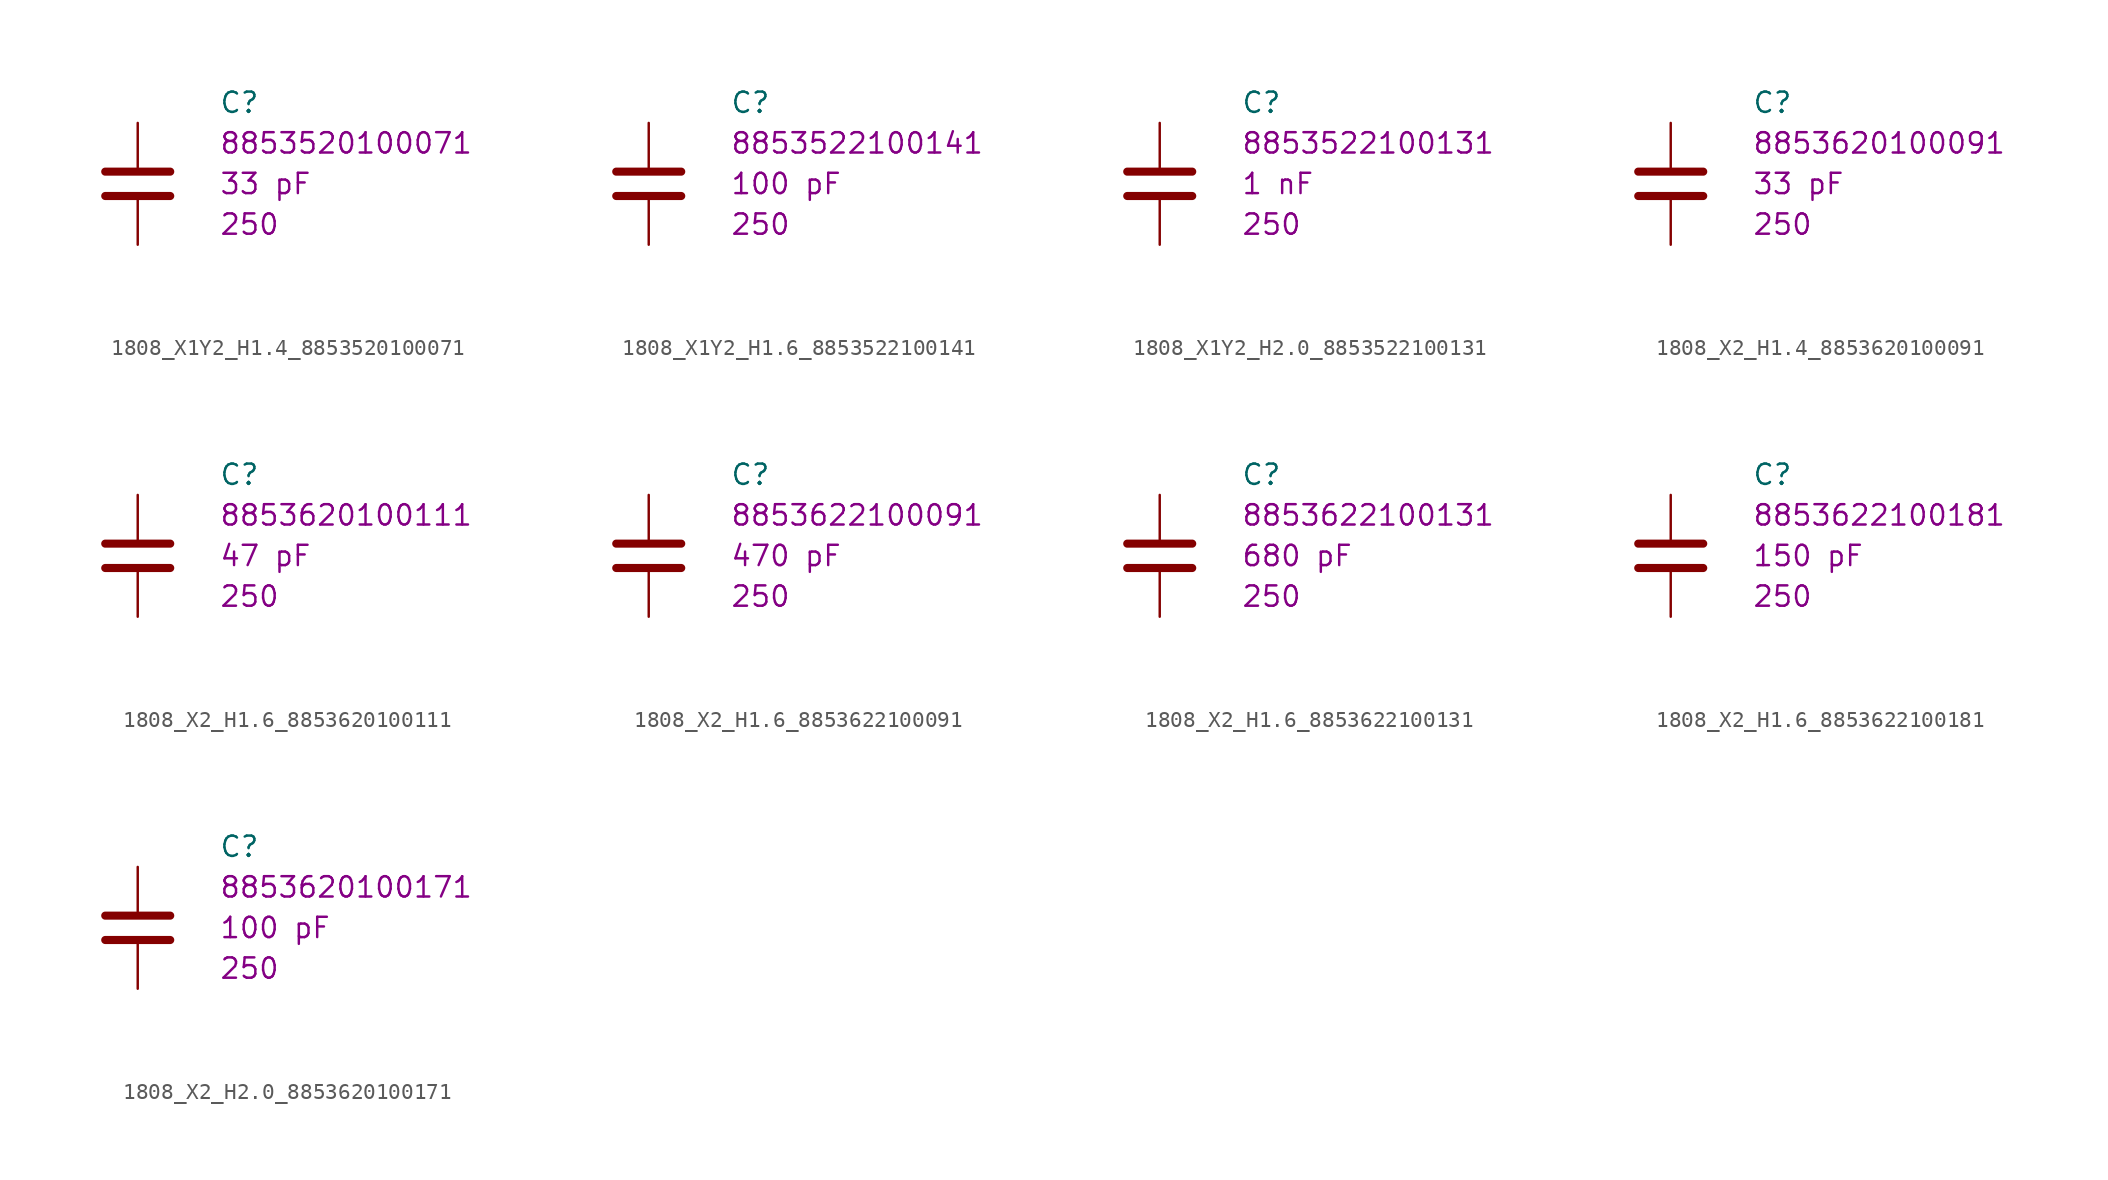
<source format=kicad_sym>
(kicad_symbol_lib
  (version 20220914)
  (generator kicad_symbol_editor)
  (symbol "1808_X1Y2_H1.4_8853520100071"
    (pin_numbers hide)
    (pin_names hide)
    (property "Reference" "C"
      (at 5.08 5.08 0)
      (effects (font (size 1.27 1.27)) (justify left)))
    (property "Part Number" "8853520100071"
      (at 5.08 2.54 0)
      (effects (font (size 1.27 1.27)) (justify left)))
    (property "Capacitance" "33 pF"
      (at 5.08 0 0)
      (effects (font (size 1.27 1.27)) (justify left)))
    (property "Voltage" "250"
      (at 5.08 -2.54 0)
      (effects (font (size 1.27 1.27)) (justify left)))
    (property "Critical Parameter" ""
      (at 0 -7.62 0)
      (effects (font (size 1.27 1.27))))
    (symbol "1808_X1Y2_H1.4_8853520100071_0_1"
      (polyline (pts (xy -2.032 -0.762) (xy 2.032 -0.762)) (stroke (width 0.508) (type default)) (fill (type none)))
      (polyline (pts (xy -2.032 0.762) (xy 2.032 0.762)) (stroke (width 0.508) (type default)) (fill (type none))))
    (symbol "1808_X1Y2_H1.4_8853520100071_1_1"
      (pin passive line (at 0 3.81 270) (length 2.794) (name "1" (effects (font (size 1.27 1.27)))) (number "1" (effects (font (size 1.27 1.27)))))
      (pin passive line (at 0 -3.81 90) (length 2.794) (name "2" (effects (font (size 1.27 1.27)))) (number "2" (effects (font (size 1.27 1.27)))))))
  (symbol "1808_X1Y2_H1.6_8853522100141"
    (pin_numbers hide)
    (pin_names hide)
    (property "Reference" "C"
      (at 5.08 5.08 0)
      (effects (font (size 1.27 1.27)) (justify left)))
    (property "Part Number" "8853522100141"
      (at 5.08 2.54 0)
      (effects (font (size 1.27 1.27)) (justify left)))
    (property "Capacitance" "100 pF"
      (at 5.08 0 0)
      (effects (font (size 1.27 1.27)) (justify left)))
    (property "Voltage" "250"
      (at 5.08 -2.54 0)
      (effects (font (size 1.27 1.27)) (justify left)))
    (property "Critical Parameter" ""
      (at 0 -7.62 0)
      (effects (font (size 1.27 1.27))))
    (symbol "1808_X1Y2_H1.6_8853522100141_0_1"
      (polyline (pts (xy -2.032 -0.762) (xy 2.032 -0.762)) (stroke (width 0.508) (type default)) (fill (type none)))
      (polyline (pts (xy -2.032 0.762) (xy 2.032 0.762)) (stroke (width 0.508) (type default)) (fill (type none))))
    (symbol "1808_X1Y2_H1.6_8853522100141_1_1"
      (pin passive line (at 0 3.81 270) (length 2.794) (name "1" (effects (font (size 1.27 1.27)))) (number "1" (effects (font (size 1.27 1.27)))))
      (pin passive line (at 0 -3.81 90) (length 2.794) (name "2" (effects (font (size 1.27 1.27)))) (number "2" (effects (font (size 1.27 1.27)))))))
  (symbol "1808_X1Y2_H2.0_8853522100131"
    (pin_numbers hide)
    (pin_names hide)
    (property "Reference" "C"
      (at 5.08 5.08 0)
      (effects (font (size 1.27 1.27)) (justify left)))
    (property "Part Number" "8853522100131"
      (at 5.08 2.54 0)
      (effects (font (size 1.27 1.27)) (justify left)))
    (property "Capacitance" "1 nF"
      (at 5.08 0 0)
      (effects (font (size 1.27 1.27)) (justify left)))
    (property "Voltage" "250"
      (at 5.08 -2.54 0)
      (effects (font (size 1.27 1.27)) (justify left)))
    (property "Critical Parameter" ""
      (at 0 -7.62 0)
      (effects (font (size 1.27 1.27))))
    (symbol "1808_X1Y2_H2.0_8853522100131_0_1"
      (polyline (pts (xy -2.032 -0.762) (xy 2.032 -0.762)) (stroke (width 0.508) (type default)) (fill (type none)))
      (polyline (pts (xy -2.032 0.762) (xy 2.032 0.762)) (stroke (width 0.508) (type default)) (fill (type none))))
    (symbol "1808_X1Y2_H2.0_8853522100131_1_1"
      (pin passive line (at 0 3.81 270) (length 2.794) (name "1" (effects (font (size 1.27 1.27)))) (number "1" (effects (font (size 1.27 1.27)))))
      (pin passive line (at 0 -3.81 90) (length 2.794) (name "2" (effects (font (size 1.27 1.27)))) (number "2" (effects (font (size 1.27 1.27)))))))
  (symbol "1808_X2_H1.4_8853620100091"
    (pin_numbers hide)
    (pin_names hide)
    (property "Reference" "C"
      (at 5.08 5.08 0)
      (effects (font (size 1.27 1.27)) (justify left)))
    (property "Part Number" "8853620100091"
      (at 5.08 2.54 0)
      (effects (font (size 1.27 1.27)) (justify left)))
    (property "Capacitance" "33 pF"
      (at 5.08 0 0)
      (effects (font (size 1.27 1.27)) (justify left)))
    (property "Voltage" "250"
      (at 5.08 -2.54 0)
      (effects (font (size 1.27 1.27)) (justify left)))
    (property "Critical Parameter" ""
      (at 0 -7.62 0)
      (effects (font (size 1.27 1.27))))
    (symbol "1808_X2_H1.4_8853620100091_0_1"
      (polyline (pts (xy -2.032 -0.762) (xy 2.032 -0.762)) (stroke (width 0.508) (type default)) (fill (type none)))
      (polyline (pts (xy -2.032 0.762) (xy 2.032 0.762)) (stroke (width 0.508) (type default)) (fill (type none))))
    (symbol "1808_X2_H1.4_8853620100091_1_1"
      (pin passive line (at 0 3.81 270) (length 2.794) (name "1" (effects (font (size 1.27 1.27)))) (number "1" (effects (font (size 1.27 1.27)))))
      (pin passive line (at 0 -3.81 90) (length 2.794) (name "2" (effects (font (size 1.27 1.27)))) (number "2" (effects (font (size 1.27 1.27)))))))
  (symbol "1808_X2_H1.6_8853620100111"
    (pin_numbers hide)
    (pin_names hide)
    (property "Reference" "C"
      (at 5.08 5.08 0)
      (effects (font (size 1.27 1.27)) (justify left)))
    (property "Part Number" "8853620100111"
      (at 5.08 2.54 0)
      (effects (font (size 1.27 1.27)) (justify left)))
    (property "Capacitance" "47 pF"
      (at 5.08 0 0)
      (effects (font (size 1.27 1.27)) (justify left)))
    (property "Voltage" "250"
      (at 5.08 -2.54 0)
      (effects (font (size 1.27 1.27)) (justify left)))
    (property "Critical Parameter" ""
      (at 0 -7.62 0)
      (effects (font (size 1.27 1.27))))
    (symbol "1808_X2_H1.6_8853620100111_0_1"
      (polyline (pts (xy -2.032 -0.762) (xy 2.032 -0.762)) (stroke (width 0.508) (type default)) (fill (type none)))
      (polyline (pts (xy -2.032 0.762) (xy 2.032 0.762)) (stroke (width 0.508) (type default)) (fill (type none))))
    (symbol "1808_X2_H1.6_8853620100111_1_1"
      (pin passive line (at 0 3.81 270) (length 2.794) (name "1" (effects (font (size 1.27 1.27)))) (number "1" (effects (font (size 1.27 1.27)))))
      (pin passive line (at 0 -3.81 90) (length 2.794) (name "2" (effects (font (size 1.27 1.27)))) (number "2" (effects (font (size 1.27 1.27)))))))
  (symbol "1808_X2_H1.6_8853622100091"
    (pin_numbers hide)
    (pin_names hide)
    (property "Reference" "C"
      (at 5.08 5.08 0)
      (effects (font (size 1.27 1.27)) (justify left)))
    (property "Part Number" "8853622100091"
      (at 5.08 2.54 0)
      (effects (font (size 1.27 1.27)) (justify left)))
    (property "Capacitance" "470 pF"
      (at 5.08 0 0)
      (effects (font (size 1.27 1.27)) (justify left)))
    (property "Voltage" "250"
      (at 5.08 -2.54 0)
      (effects (font (size 1.27 1.27)) (justify left)))
    (property "Critical Parameter" ""
      (at 0 -7.62 0)
      (effects (font (size 1.27 1.27))))
    (symbol "1808_X2_H1.6_8853622100091_0_1"
      (polyline (pts (xy -2.032 -0.762) (xy 2.032 -0.762)) (stroke (width 0.508) (type default)) (fill (type none)))
      (polyline (pts (xy -2.032 0.762) (xy 2.032 0.762)) (stroke (width 0.508) (type default)) (fill (type none))))
    (symbol "1808_X2_H1.6_8853622100091_1_1"
      (pin passive line (at 0 3.81 270) (length 2.794) (name "1" (effects (font (size 1.27 1.27)))) (number "1" (effects (font (size 1.27 1.27)))))
      (pin passive line (at 0 -3.81 90) (length 2.794) (name "2" (effects (font (size 1.27 1.27)))) (number "2" (effects (font (size 1.27 1.27)))))))
  (symbol "1808_X2_H1.6_8853622100131"
    (pin_numbers hide)
    (pin_names hide)
    (property "Reference" "C"
      (at 5.08 5.08 0)
      (effects (font (size 1.27 1.27)) (justify left)))
    (property "Part Number" "8853622100131"
      (at 5.08 2.54 0)
      (effects (font (size 1.27 1.27)) (justify left)))
    (property "Capacitance" "680 pF"
      (at 5.08 0 0)
      (effects (font (size 1.27 1.27)) (justify left)))
    (property "Voltage" "250"
      (at 5.08 -2.54 0)
      (effects (font (size 1.27 1.27)) (justify left)))
    (property "Critical Parameter" ""
      (at 0 -7.62 0)
      (effects (font (size 1.27 1.27))))
    (symbol "1808_X2_H1.6_8853622100131_0_1"
      (polyline (pts (xy -2.032 -0.762) (xy 2.032 -0.762)) (stroke (width 0.508) (type default)) (fill (type none)))
      (polyline (pts (xy -2.032 0.762) (xy 2.032 0.762)) (stroke (width 0.508) (type default)) (fill (type none))))
    (symbol "1808_X2_H1.6_8853622100131_1_1"
      (pin passive line (at 0 3.81 270) (length 2.794) (name "1" (effects (font (size 1.27 1.27)))) (number "1" (effects (font (size 1.27 1.27)))))
      (pin passive line (at 0 -3.81 90) (length 2.794) (name "2" (effects (font (size 1.27 1.27)))) (number "2" (effects (font (size 1.27 1.27)))))))
  (symbol "1808_X2_H1.6_8853622100181"
    (pin_numbers hide)
    (pin_names hide)
    (property "Reference" "C"
      (at 5.08 5.08 0)
      (effects (font (size 1.27 1.27)) (justify left)))
    (property "Part Number" "8853622100181"
      (at 5.08 2.54 0)
      (effects (font (size 1.27 1.27)) (justify left)))
    (property "Capacitance" "150 pF"
      (at 5.08 0 0)
      (effects (font (size 1.27 1.27)) (justify left)))
    (property "Voltage" "250"
      (at 5.08 -2.54 0)
      (effects (font (size 1.27 1.27)) (justify left)))
    (property "Critical Parameter" ""
      (at 0 -7.62 0)
      (effects (font (size 1.27 1.27))))
    (symbol "1808_X2_H1.6_8853622100181_0_1"
      (polyline (pts (xy -2.032 -0.762) (xy 2.032 -0.762)) (stroke (width 0.508) (type default)) (fill (type none)))
      (polyline (pts (xy -2.032 0.762) (xy 2.032 0.762)) (stroke (width 0.508) (type default)) (fill (type none))))
    (symbol "1808_X2_H1.6_8853622100181_1_1"
      (pin passive line (at 0 3.81 270) (length 2.794) (name "1" (effects (font (size 1.27 1.27)))) (number "1" (effects (font (size 1.27 1.27)))))
      (pin passive line (at 0 -3.81 90) (length 2.794) (name "2" (effects (font (size 1.27 1.27)))) (number "2" (effects (font (size 1.27 1.27)))))))
  (symbol "1808_X2_H2.0_8853620100171"
    (pin_numbers hide)
    (pin_names hide)
    (property "Reference" "C"
      (at 5.08 5.08 0)
      (effects (font (size 1.27 1.27)) (justify left)))
    (property "Part Number" "8853620100171"
      (at 5.08 2.54 0)
      (effects (font (size 1.27 1.27)) (justify left)))
    (property "Capacitance" "100 pF"
      (at 5.08 0 0)
      (effects (font (size 1.27 1.27)) (justify left)))
    (property "Voltage" "250"
      (at 5.08 -2.54 0)
      (effects (font (size 1.27 1.27)) (justify left)))
    (property "Critical Parameter" ""
      (at 0 -7.62 0)
      (effects (font (size 1.27 1.27))))
    (symbol "1808_X2_H2.0_8853620100171_0_1"
      (polyline (pts (xy -2.032 -0.762) (xy 2.032 -0.762)) (stroke (width 0.508) (type default)) (fill (type none)))
      (polyline (pts (xy -2.032 0.762) (xy 2.032 0.762)) (stroke (width 0.508) (type default)) (fill (type none))))
    (symbol "1808_X2_H2.0_8853620100171_1_1"
      (pin passive line (at 0 3.81 270) (length 2.794) (name "1" (effects (font (size 1.27 1.27)))) (number "1" (effects (font (size 1.27 1.27)))))
      (pin passive line (at 0 -3.81 90) (length 2.794) (name "2" (effects (font (size 1.27 1.27)))) (number "2" (effects (font (size 1.27 1.27))))))))
</source>
